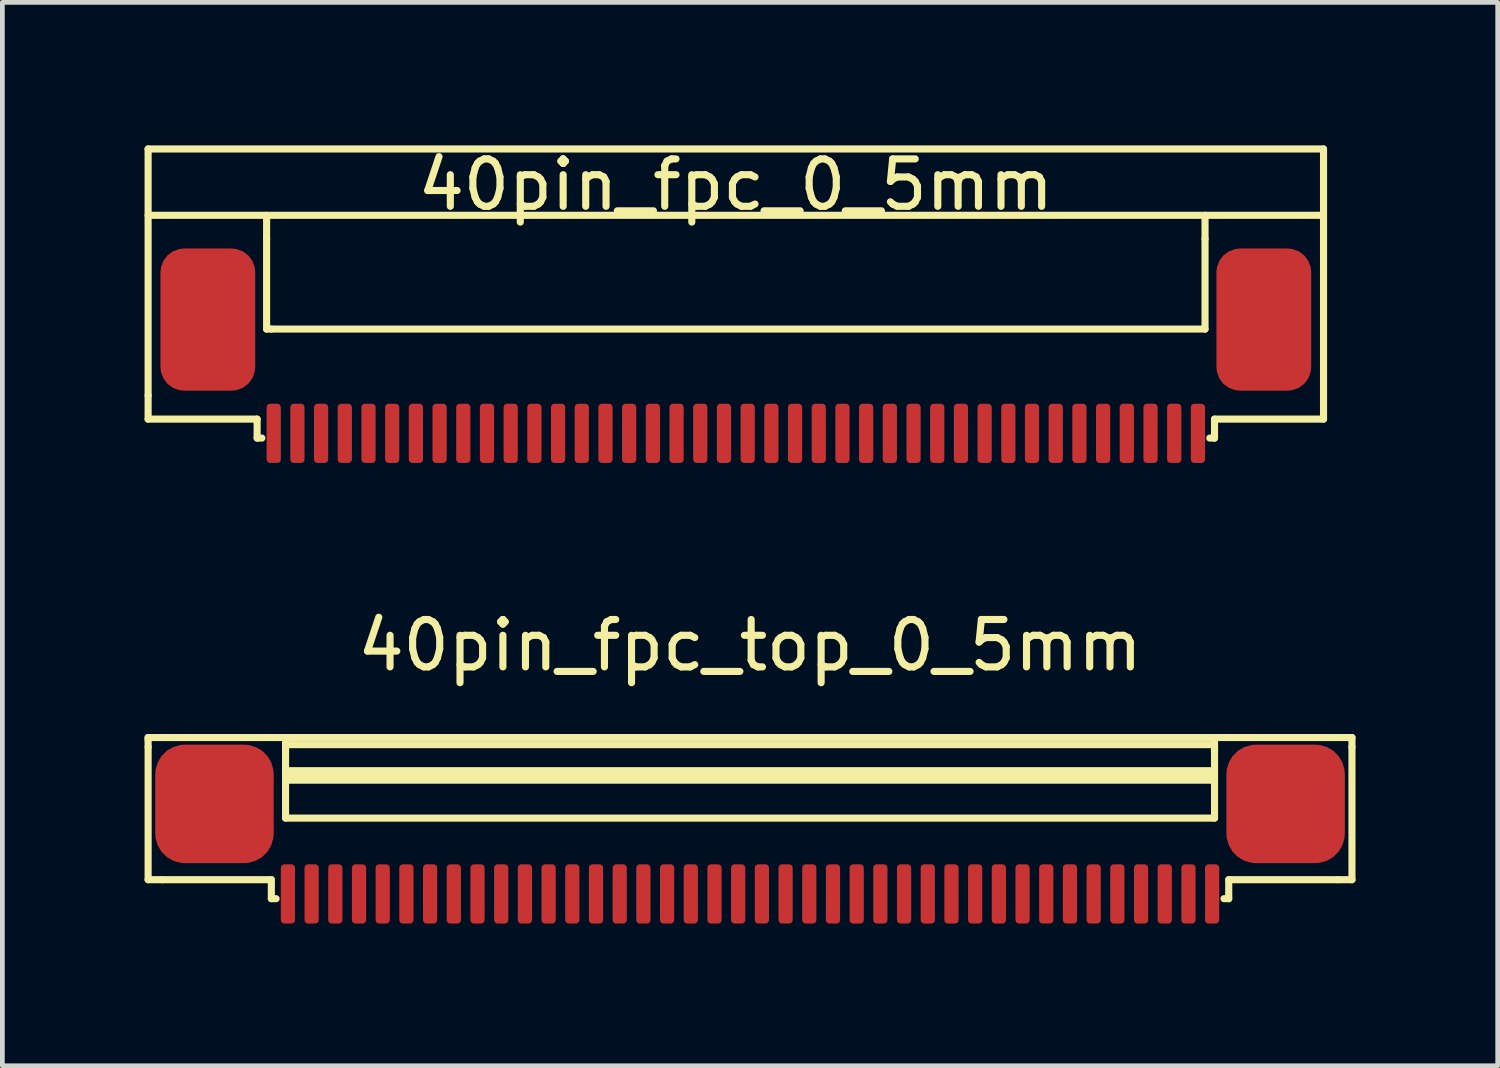
<source format=kicad_pcb>
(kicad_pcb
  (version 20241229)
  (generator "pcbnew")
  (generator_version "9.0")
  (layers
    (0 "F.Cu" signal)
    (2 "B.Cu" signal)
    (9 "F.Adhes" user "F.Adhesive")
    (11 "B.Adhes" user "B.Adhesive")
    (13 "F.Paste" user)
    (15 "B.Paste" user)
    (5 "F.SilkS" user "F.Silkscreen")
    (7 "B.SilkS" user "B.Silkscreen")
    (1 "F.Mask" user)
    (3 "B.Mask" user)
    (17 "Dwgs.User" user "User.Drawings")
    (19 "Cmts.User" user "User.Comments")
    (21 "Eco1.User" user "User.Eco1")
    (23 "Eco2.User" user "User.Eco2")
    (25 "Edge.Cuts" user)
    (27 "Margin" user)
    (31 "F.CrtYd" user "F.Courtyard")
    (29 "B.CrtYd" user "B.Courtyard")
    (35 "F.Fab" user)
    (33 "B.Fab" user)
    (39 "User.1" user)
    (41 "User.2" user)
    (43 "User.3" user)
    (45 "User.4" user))
  (footprint "40pin_fpc_0_5mm"
    (layer "F.Cu")
    (at 12.475 5.293)
    (property "Reference" "40pin_fpc_0_5mm" (at 0 -4.445 0) (layer "F.SilkS") (effects (font (size 1 1) (thickness 0.15))))
    (attr smd)
    (fp_line (start -12.4 -5.2) (end -12.4 0) (stroke (width 0.15) (type solid)) (layer "F.SilkS"))
    (fp_line (start -12.4 0.5) (end -12.4 0) (stroke (width 0.15) (type solid)) (layer "F.SilkS"))
    (fp_line (start -10.1 0.5) (end -12.4 0.5) (stroke (width 0.15) (type solid)) (layer "F.SilkS"))
    (fp_line (start -10.1 0.9) (end -10.1 0.5) (stroke (width 0.15) (type solid)) (layer "F.SilkS"))
    (fp_line (start -10 0.9) (end -10.1 0.9) (stroke (width 0.15) (type solid)) (layer "F.SilkS"))
    (fp_line (start -9.9 -3.3) (end -9.9 -3.8) (stroke (width 0.15) (type solid)) (layer "F.SilkS"))
    (fp_line (start -9.9 -1.4) (end -9.9 -3.3) (stroke (width 0.15) (type solid)) (layer "F.SilkS"))
    (fp_line (start -9.8 -1.4) (end -9.9 -1.4) (stroke (width 0.15) (type solid)) (layer "F.SilkS"))
    (fp_line (start -9.8 -1.4) (end 9.9 -1.4) (stroke (width 0.15) (type solid)) (layer "F.SilkS"))
    (fp_line (start 9.9 -3.3) (end 9.9 -3.8) (stroke (width 0.15) (type solid)) (layer "F.SilkS"))
    (fp_line (start 9.9 -1.4) (end 9.9 -3.3) (stroke (width 0.15) (type solid)) (layer "F.SilkS"))
    (fp_line (start 10.1 0.5) (end 10.1 0.9) (stroke (width 0.15) (type solid)) (layer "F.SilkS"))
    (fp_line (start 10.1 0.9) (end 10 0.9) (stroke (width 0.15) (type solid)) (layer "F.SilkS"))
    (fp_line (start 12.4 -5.2) (end -12.4 -5.2) (stroke (width 0.15) (type solid)) (layer "F.SilkS"))
    (fp_line (start 12.4 -5.2) (end 12.4 0) (stroke (width 0.15) (type solid)) (layer "F.SilkS"))
    (fp_line (start 12.4 -3.8) (end -12.4 -3.8) (stroke (width 0.15) (type solid)) (layer "F.SilkS"))
    (fp_line (start 12.4 0) (end 12.4 0.5) (stroke (width 0.15) (type solid)) (layer "F.SilkS"))
    (fp_line (start 12.4 0.5) (end 10.1 0.5) (stroke (width 0.15) (type solid)) (layer "F.SilkS"))
    (pad "0" smd roundrect (at -11.14 -1.6) (size 2 3) (layers "F.Cu" "F.Mask" "F.Paste") (roundrect_rratio 0.25))
    (pad "0" smd roundrect (at 11.14 -1.6) (size 2 3) (layers "F.Cu" "F.Mask" "F.Paste") (roundrect_rratio 0.25))
    (pad "1" smd roundrect (at -9.75 0.8) (size 0.3 1.25) (layers "F.Cu" "F.Mask" "F.Paste") (roundrect_rratio 0.25))
    (pad "2" smd roundrect (at -9.25 0.8) (size 0.3 1.25) (layers "F.Cu" "F.Mask" "F.Paste") (roundrect_rratio 0.25))
    (pad "3" smd roundrect (at -8.75 0.8) (size 0.3 1.25) (layers "F.Cu" "F.Mask" "F.Paste") (roundrect_rratio 0.25))
    (pad "4" smd roundrect (at -8.25 0.8) (size 0.3 1.25) (layers "F.Cu" "F.Mask" "F.Paste") (roundrect_rratio 0.25))
    (pad "5" smd roundrect (at -7.75 0.8) (size 0.3 1.25) (layers "F.Cu" "F.Mask" "F.Paste") (roundrect_rratio 0.25))
    (pad "6" smd roundrect (at -7.25 0.8) (size 0.3 1.25) (layers "F.Cu" "F.Mask" "F.Paste") (roundrect_rratio 0.25))
    (pad "7" smd roundrect (at -6.75 0.8) (size 0.3 1.25) (layers "F.Cu" "F.Mask" "F.Paste") (roundrect_rratio 0.25))
    (pad "8" smd roundrect (at -6.25 0.8) (size 0.3 1.25) (layers "F.Cu" "F.Mask" "F.Paste") (roundrect_rratio 0.25))
    (pad "9" smd roundrect (at -5.75 0.8) (size 0.3 1.25) (layers "F.Cu" "F.Mask" "F.Paste") (roundrect_rratio 0.25))
    (pad "10" smd roundrect (at -5.25 0.8) (size 0.3 1.25) (layers "F.Cu" "F.Mask" "F.Paste") (roundrect_rratio 0.25))
    (pad "11" smd roundrect (at -4.75 0.8) (size 0.3 1.25) (layers "F.Cu" "F.Mask" "F.Paste") (roundrect_rratio 0.25))
    (pad "12" smd roundrect (at -4.25 0.8) (size 0.3 1.25) (layers "F.Cu" "F.Mask" "F.Paste") (roundrect_rratio 0.25))
    (pad "13" smd roundrect (at -3.75 0.8) (size 0.3 1.25) (layers "F.Cu" "F.Mask" "F.Paste") (roundrect_rratio 0.25))
    (pad "14" smd roundrect (at -3.25 0.8) (size 0.3 1.25) (layers "F.Cu" "F.Mask" "F.Paste") (roundrect_rratio 0.25))
    (pad "15" smd roundrect (at -2.75 0.8) (size 0.3 1.25) (layers "F.Cu" "F.Mask" "F.Paste") (roundrect_rratio 0.25))
    (pad "16" smd roundrect (at -2.25 0.8) (size 0.3 1.25) (layers "F.Cu" "F.Mask" "F.Paste") (roundrect_rratio 0.25))
    (pad "17" smd roundrect (at -1.75 0.8) (size 0.3 1.25) (layers "F.Cu" "F.Mask" "F.Paste") (roundrect_rratio 0.25))
    (pad "18" smd roundrect (at -1.25 0.8) (size 0.3 1.25) (layers "F.Cu" "F.Mask" "F.Paste") (roundrect_rratio 0.25))
    (pad "19" smd roundrect (at -0.75 0.8) (size 0.3 1.25) (layers "F.Cu" "F.Mask" "F.Paste") (roundrect_rratio 0.25))
    (pad "20" smd roundrect (at -0.25 0.8) (size 0.3 1.25) (layers "F.Cu" "F.Mask" "F.Paste") (roundrect_rratio 0.25))
    (pad "21" smd roundrect (at 0.25 0.8) (size 0.3 1.25) (layers "F.Cu" "F.Mask" "F.Paste") (roundrect_rratio 0.25))
    (pad "22" smd roundrect (at 0.75 0.8) (size 0.3 1.25) (layers "F.Cu" "F.Mask" "F.Paste") (roundrect_rratio 0.25))
    (pad "23" smd roundrect (at 1.25 0.8) (size 0.3 1.25) (layers "F.Cu" "F.Mask" "F.Paste") (roundrect_rratio 0.25))
    (pad "24" smd roundrect (at 1.75 0.8) (size 0.3 1.25) (layers "F.Cu" "F.Mask" "F.Paste") (roundrect_rratio 0.25))
    (pad "25" smd roundrect (at 2.25 0.8) (size 0.3 1.25) (layers "F.Cu" "F.Mask" "F.Paste") (roundrect_rratio 0.25))
    (pad "26" smd roundrect (at 2.75 0.8) (size 0.3 1.25) (layers "F.Cu" "F.Mask" "F.Paste") (roundrect_rratio 0.25))
    (pad "27" smd roundrect (at 3.25 0.8) (size 0.3 1.25) (layers "F.Cu" "F.Mask" "F.Paste") (roundrect_rratio 0.25))
    (pad "28" smd roundrect (at 3.75 0.8) (size 0.3 1.25) (layers "F.Cu" "F.Mask" "F.Paste") (roundrect_rratio 0.25))
    (pad "29" smd roundrect (at 4.25 0.8) (size 0.3 1.25) (layers "F.Cu" "F.Mask" "F.Paste") (roundrect_rratio 0.25))
    (pad "30" smd roundrect (at 4.75 0.8) (size 0.3 1.25) (layers "F.Cu" "F.Mask" "F.Paste") (roundrect_rratio 0.25))
    (pad "31" smd roundrect (at 5.25 0.8) (size 0.3 1.25) (layers "F.Cu" "F.Mask" "F.Paste") (roundrect_rratio 0.25))
    (pad "32" smd roundrect (at 5.75 0.8) (size 0.3 1.25) (layers "F.Cu" "F.Mask" "F.Paste") (roundrect_rratio 0.25))
    (pad "33" smd roundrect (at 6.25 0.8) (size 0.3 1.25) (layers "F.Cu" "F.Mask" "F.Paste") (roundrect_rratio 0.25))
    (pad "34" smd roundrect (at 6.75 0.8) (size 0.3 1.25) (layers "F.Cu" "F.Mask" "F.Paste") (roundrect_rratio 0.25))
    (pad "35" smd roundrect (at 7.25 0.8) (size 0.3 1.25) (layers "F.Cu" "F.Mask" "F.Paste") (roundrect_rratio 0.25))
    (pad "36" smd roundrect (at 7.75 0.8) (size 0.3 1.25) (layers "F.Cu" "F.Mask" "F.Paste") (roundrect_rratio 0.25))
    (pad "37" smd roundrect (at 8.25 0.8) (size 0.3 1.25) (layers "F.Cu" "F.Mask" "F.Paste") (roundrect_rratio 0.25))
    (pad "38" smd roundrect (at 8.75 0.8) (size 0.3 1.25) (layers "F.Cu" "F.Mask" "F.Paste") (roundrect_rratio 0.25))
    (pad "39" smd roundrect (at 9.25 0.8) (size 0.3 1.25) (layers "F.Cu" "F.Mask" "F.Paste") (roundrect_rratio 0.25))
    (pad "40" smd roundrect (at 9.75 0.8) (size 0.3 1.25) (layers "F.Cu" "F.Mask" "F.Paste") (roundrect_rratio 0.25)))
  (footprint "40pin_fpc_top_0_5mm"
    (layer "F.Cu")
    (at 12.775 15.011)
    (property "Reference" "40pin_fpc_top_0_5mm" (at 0 -4.445 0) (layer "F.SilkS") (effects (font (size 1 1) (thickness 0.15))))
    (attr smd)
    (fp_line (start -12.7 -2.5) (end 12.7 -2.5) (stroke (width 0.15) (type solid)) (layer "F.SilkS"))
    (fp_line (start -12.7 -2.45) (end -12.7 -2.5) (stroke (width 0.15) (type solid)) (layer "F.SilkS"))
    (fp_line (start -12.7 -2.3) (end -12.7 -2.45) (stroke (width 0.15) (type solid)) (layer "F.SilkS"))
    (fp_line (start -12.7 -2.3) (end -12.7 0.5) (stroke (width 0.15) (type solid)) (layer "F.SilkS"))
    (fp_line (start -12.4 0.5) (end -12.7 0.5) (stroke (width 0.15) (type solid)) (layer "F.SilkS"))
    (fp_line (start -10.1 0.5) (end -12.4 0.5) (stroke (width 0.15) (type solid)) (layer "F.SilkS"))
    (fp_line (start -10.1 0.9) (end -10.1 0.5) (stroke (width 0.15) (type solid)) (layer "F.SilkS"))
    (fp_line (start -10 0.9) (end -10.1 0.9) (stroke (width 0.15) (type solid)) (layer "F.SilkS"))
    (fp_line (start -9.8 -2.25) (end -9.8 -2.45) (stroke (width 0.15) (type solid)) (layer "F.SilkS"))
    (fp_line (start -9.8 -1.8) (end 9.8 -1.8) (stroke (width 0.15) (type solid)) (layer "F.SilkS"))
    (fp_line (start -9.8 -1.6) (end -9.8 -2.3) (stroke (width 0.15) (type solid)) (layer "F.SilkS"))
    (fp_line (start -9.8 -1.6) (end 9.8 -1.6) (stroke (width 0.15) (type solid)) (layer "F.SilkS"))
    (fp_line (start -9.8 -0.8) (end -9.8 -1.6) (stroke (width 0.15) (type solid)) (layer "F.SilkS"))
    (fp_line (start 9.8 -2.35) (end -9.8 -2.35) (stroke (width 0.15) (type solid)) (layer "F.SilkS"))
    (fp_line (start 9.8 -2.3) (end 9.8 -1.6) (stroke (width 0.15) (type solid)) (layer "F.SilkS"))
    (fp_line (start 9.8 -2.2) (end 9.8 -2.5) (stroke (width 0.15) (type solid)) (layer "F.SilkS"))
    (fp_line (start 9.8 -1.7) (end -9.8 -1.7) (stroke (width 0.15) (type solid)) (layer "F.SilkS"))
    (fp_line (start 9.8 -1.6) (end 9.8 -0.8) (stroke (width 0.15) (type solid)) (layer "F.SilkS"))
    (fp_line (start 9.8 -0.8) (end -9.8 -0.8) (stroke (width 0.15) (type solid)) (layer "F.SilkS"))
    (fp_line (start 10.1 0.5) (end 10.1 0.9) (stroke (width 0.15) (type solid)) (layer "F.SilkS"))
    (fp_line (start 10.1 0.9) (end 10 0.9) (stroke (width 0.15) (type solid)) (layer "F.SilkS"))
    (fp_line (start 12.4 0.5) (end 10.1 0.5) (stroke (width 0.15) (type solid)) (layer "F.SilkS"))
    (fp_line (start 12.7 -2.5) (end 12.7 -2.3) (stroke (width 0.15) (type solid)) (layer "F.SilkS"))
    (fp_line (start 12.7 0.5) (end 12.4 0.5) (stroke (width 0.15) (type solid)) (layer "F.SilkS"))
    (fp_line (start 12.7 0.5) (end 12.7 -2.3) (stroke (width 0.15) (type solid)) (layer "F.SilkS"))
    (pad "0" smd roundrect (at -11.3 -1.1) (size 2.5 2.5) (layers "F.Cu" "F.Mask" "F.Paste") (roundrect_rratio 0.25))
    (pad "0" smd roundrect (at 11.3 -1.1) (size 2.5 2.5) (layers "F.Cu" "F.Mask" "F.Paste") (roundrect_rratio 0.25))
    (pad "1" smd roundrect (at -9.75 0.8) (size 0.3 1.25) (layers "F.Cu" "F.Mask" "F.Paste") (roundrect_rratio 0.25))
    (pad "2" smd roundrect (at -9.25 0.8) (size 0.3 1.25) (layers "F.Cu" "F.Mask" "F.Paste") (roundrect_rratio 0.25))
    (pad "3" smd roundrect (at -8.75 0.8) (size 0.3 1.25) (layers "F.Cu" "F.Mask" "F.Paste") (roundrect_rratio 0.25))
    (pad "4" smd roundrect (at -8.25 0.8) (size 0.3 1.25) (layers "F.Cu" "F.Mask" "F.Paste") (roundrect_rratio 0.25))
    (pad "5" smd roundrect (at -7.75 0.8) (size 0.3 1.25) (layers "F.Cu" "F.Mask" "F.Paste") (roundrect_rratio 0.25))
    (pad "6" smd roundrect (at -7.25 0.8) (size 0.3 1.25) (layers "F.Cu" "F.Mask" "F.Paste") (roundrect_rratio 0.25))
    (pad "7" smd roundrect (at -6.75 0.8) (size 0.3 1.25) (layers "F.Cu" "F.Mask" "F.Paste") (roundrect_rratio 0.25))
    (pad "8" smd roundrect (at -6.25 0.8) (size 0.3 1.25) (layers "F.Cu" "F.Mask" "F.Paste") (roundrect_rratio 0.25))
    (pad "9" smd roundrect (at -5.75 0.8) (size 0.3 1.25) (layers "F.Cu" "F.Mask" "F.Paste") (roundrect_rratio 0.25))
    (pad "10" smd roundrect (at -5.25 0.8) (size 0.3 1.25) (layers "F.Cu" "F.Mask" "F.Paste") (roundrect_rratio 0.25))
    (pad "11" smd roundrect (at -4.75 0.8) (size 0.3 1.25) (layers "F.Cu" "F.Mask" "F.Paste") (roundrect_rratio 0.25))
    (pad "12" smd roundrect (at -4.25 0.8) (size 0.3 1.25) (layers "F.Cu" "F.Mask" "F.Paste") (roundrect_rratio 0.25))
    (pad "13" smd roundrect (at -3.75 0.8) (size 0.3 1.25) (layers "F.Cu" "F.Mask" "F.Paste") (roundrect_rratio 0.25))
    (pad "14" smd roundrect (at -3.25 0.8) (size 0.3 1.25) (layers "F.Cu" "F.Mask" "F.Paste") (roundrect_rratio 0.25))
    (pad "15" smd roundrect (at -2.75 0.8) (size 0.3 1.25) (layers "F.Cu" "F.Mask" "F.Paste") (roundrect_rratio 0.25))
    (pad "16" smd roundrect (at -2.25 0.8) (size 0.3 1.25) (layers "F.Cu" "F.Mask" "F.Paste") (roundrect_rratio 0.25))
    (pad "17" smd roundrect (at -1.75 0.8) (size 0.3 1.25) (layers "F.Cu" "F.Mask" "F.Paste") (roundrect_rratio 0.25))
    (pad "18" smd roundrect (at -1.25 0.8) (size 0.3 1.25) (layers "F.Cu" "F.Mask" "F.Paste") (roundrect_rratio 0.25))
    (pad "19" smd roundrect (at -0.75 0.8) (size 0.3 1.25) (layers "F.Cu" "F.Mask" "F.Paste") (roundrect_rratio 0.25))
    (pad "20" smd roundrect (at -0.25 0.8) (size 0.3 1.25) (layers "F.Cu" "F.Mask" "F.Paste") (roundrect_rratio 0.25))
    (pad "21" smd roundrect (at 0.25 0.8) (size 0.3 1.25) (layers "F.Cu" "F.Mask" "F.Paste") (roundrect_rratio 0.25))
    (pad "22" smd roundrect (at 0.75 0.8) (size 0.3 1.25) (layers "F.Cu" "F.Mask" "F.Paste") (roundrect_rratio 0.25))
    (pad "23" smd roundrect (at 1.25 0.8) (size 0.3 1.25) (layers "F.Cu" "F.Mask" "F.Paste") (roundrect_rratio 0.25))
    (pad "24" smd roundrect (at 1.75 0.8) (size 0.3 1.25) (layers "F.Cu" "F.Mask" "F.Paste") (roundrect_rratio 0.25))
    (pad "25" smd roundrect (at 2.25 0.8) (size 0.3 1.25) (layers "F.Cu" "F.Mask" "F.Paste") (roundrect_rratio 0.25))
    (pad "26" smd roundrect (at 2.75 0.8) (size 0.3 1.25) (layers "F.Cu" "F.Mask" "F.Paste") (roundrect_rratio 0.25))
    (pad "27" smd roundrect (at 3.25 0.8) (size 0.3 1.25) (layers "F.Cu" "F.Mask" "F.Paste") (roundrect_rratio 0.25))
    (pad "28" smd roundrect (at 3.75 0.8) (size 0.3 1.25) (layers "F.Cu" "F.Mask" "F.Paste") (roundrect_rratio 0.25))
    (pad "29" smd roundrect (at 4.25 0.8) (size 0.3 1.25) (layers "F.Cu" "F.Mask" "F.Paste") (roundrect_rratio 0.25))
    (pad "30" smd roundrect (at 4.75 0.8) (size 0.3 1.25) (layers "F.Cu" "F.Mask" "F.Paste") (roundrect_rratio 0.25))
    (pad "31" smd roundrect (at 5.25 0.8) (size 0.3 1.25) (layers "F.Cu" "F.Mask" "F.Paste") (roundrect_rratio 0.25))
    (pad "32" smd roundrect (at 5.75 0.8) (size 0.3 1.25) (layers "F.Cu" "F.Mask" "F.Paste") (roundrect_rratio 0.25))
    (pad "33" smd roundrect (at 6.25 0.8) (size 0.3 1.25) (layers "F.Cu" "F.Mask" "F.Paste") (roundrect_rratio 0.25))
    (pad "34" smd roundrect (at 6.75 0.8) (size 0.3 1.25) (layers "F.Cu" "F.Mask" "F.Paste") (roundrect_rratio 0.25))
    (pad "35" smd roundrect (at 7.25 0.8) (size 0.3 1.25) (layers "F.Cu" "F.Mask" "F.Paste") (roundrect_rratio 0.25))
    (pad "36" smd roundrect (at 7.75 0.8) (size 0.3 1.25) (layers "F.Cu" "F.Mask" "F.Paste") (roundrect_rratio 0.25))
    (pad "37" smd roundrect (at 8.25 0.8) (size 0.3 1.25) (layers "F.Cu" "F.Mask" "F.Paste") (roundrect_rratio 0.25))
    (pad "38" smd roundrect (at 8.75 0.8) (size 0.3 1.25) (layers "F.Cu" "F.Mask" "F.Paste") (roundrect_rratio 0.25))
    (pad "39" smd roundrect (at 9.25 0.8) (size 0.3 1.25) (layers "F.Cu" "F.Mask" "F.Paste") (roundrect_rratio 0.25))
    (pad "40" smd roundrect (at 9.75 0.8) (size 0.3 1.25) (layers "F.Cu" "F.Mask" "F.Paste") (roundrect_rratio 0.25)))
  (gr_rect
    (start -3 -3)
    (end 28.55 19.436)
    (stroke (width 0.1) (type default))
    (fill no)
    (layer "Edge.Cuts")))
</source>
